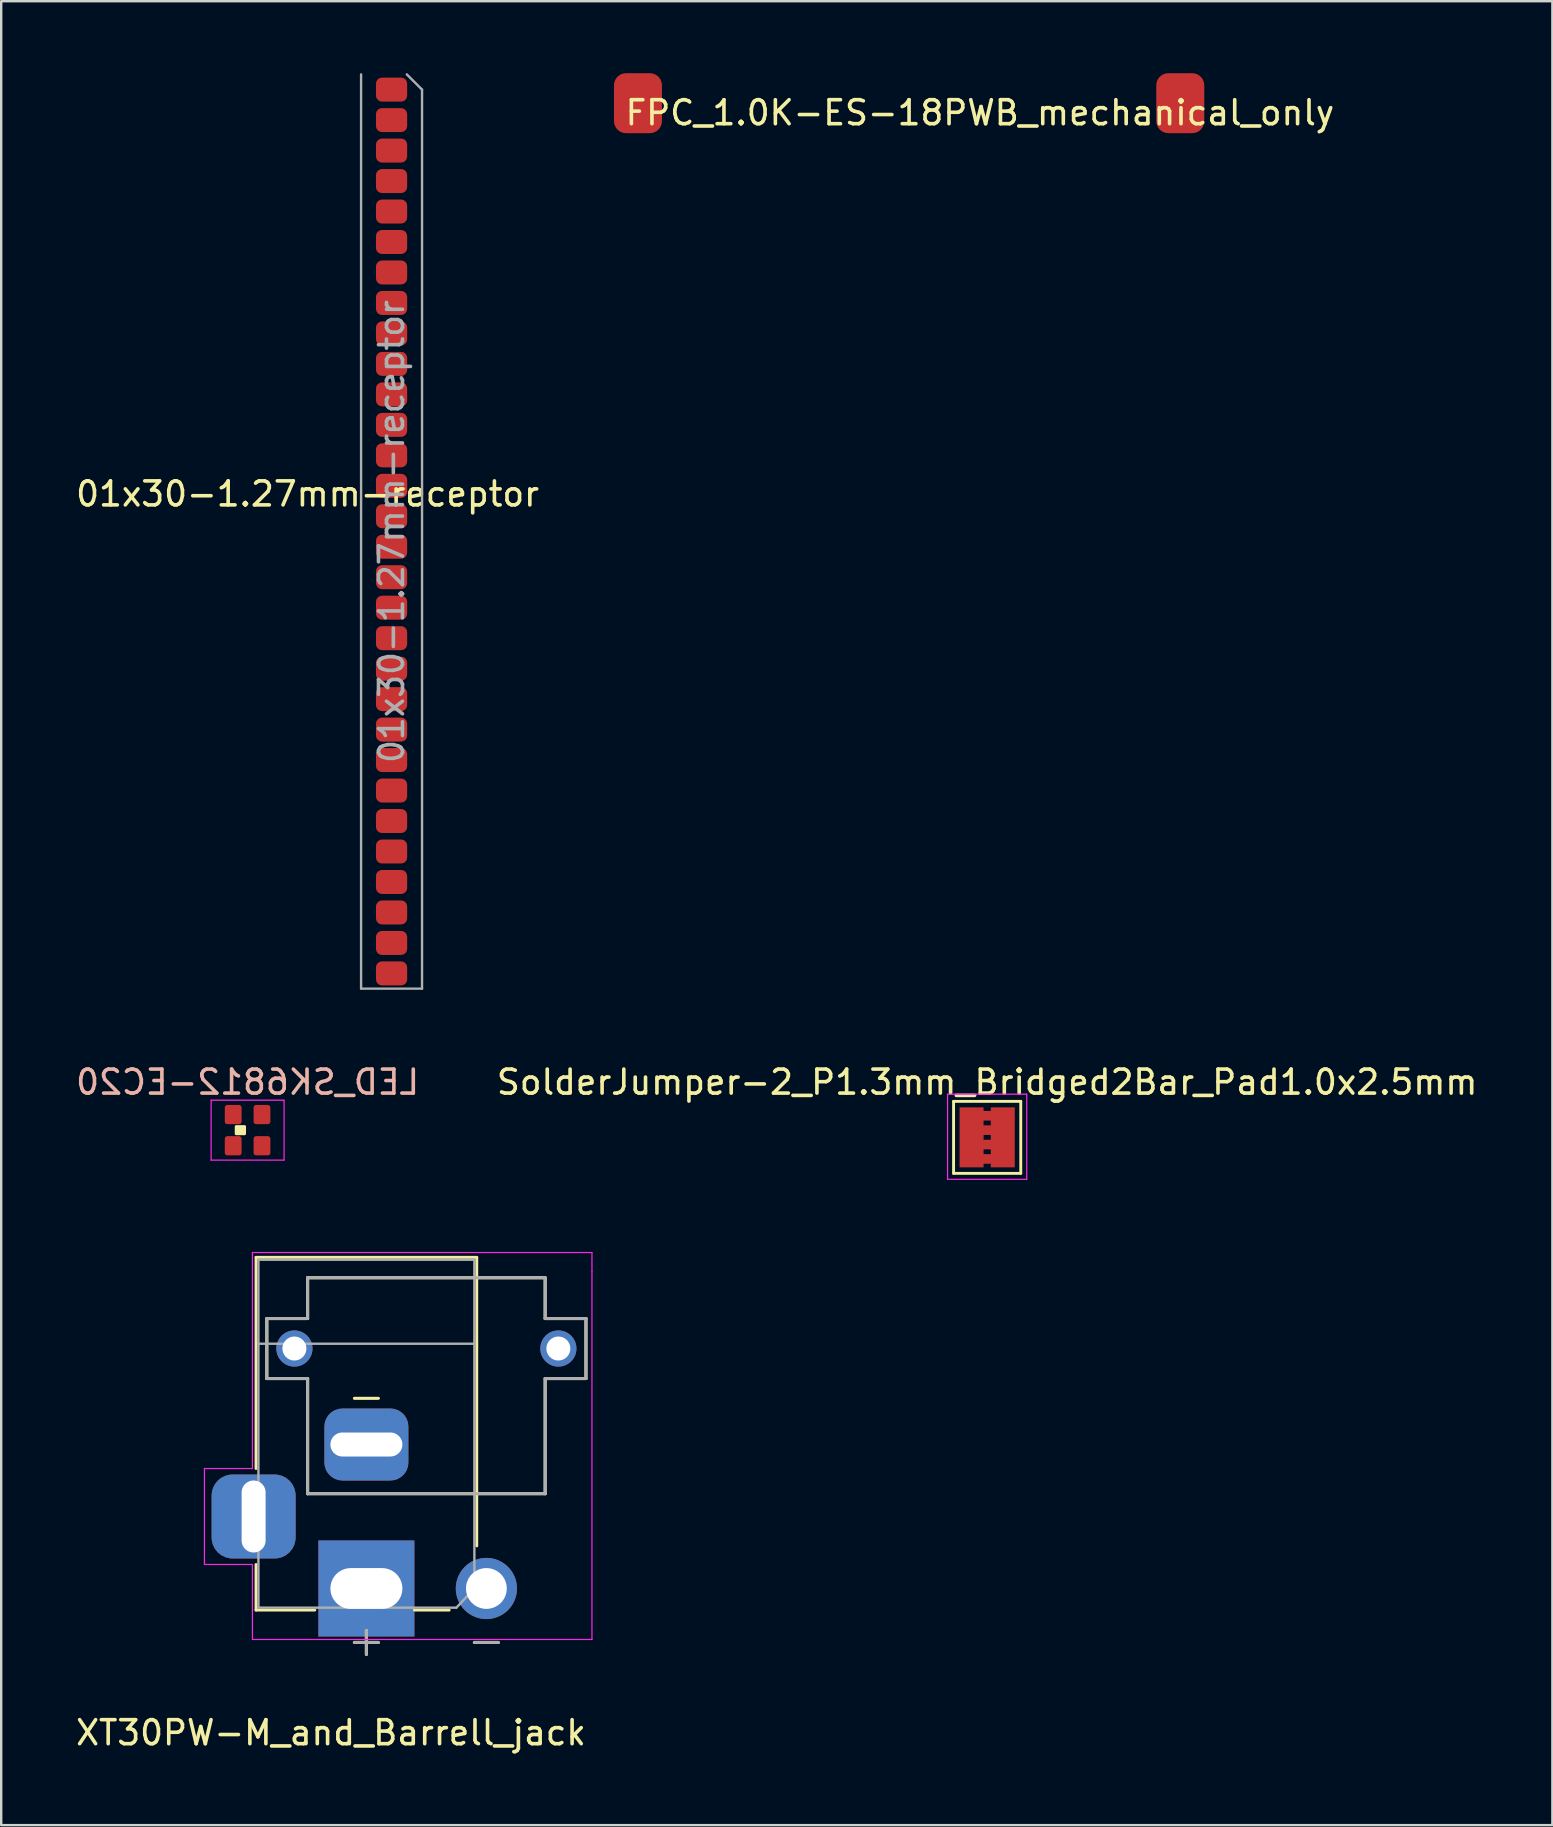
<source format=kicad_pcb>
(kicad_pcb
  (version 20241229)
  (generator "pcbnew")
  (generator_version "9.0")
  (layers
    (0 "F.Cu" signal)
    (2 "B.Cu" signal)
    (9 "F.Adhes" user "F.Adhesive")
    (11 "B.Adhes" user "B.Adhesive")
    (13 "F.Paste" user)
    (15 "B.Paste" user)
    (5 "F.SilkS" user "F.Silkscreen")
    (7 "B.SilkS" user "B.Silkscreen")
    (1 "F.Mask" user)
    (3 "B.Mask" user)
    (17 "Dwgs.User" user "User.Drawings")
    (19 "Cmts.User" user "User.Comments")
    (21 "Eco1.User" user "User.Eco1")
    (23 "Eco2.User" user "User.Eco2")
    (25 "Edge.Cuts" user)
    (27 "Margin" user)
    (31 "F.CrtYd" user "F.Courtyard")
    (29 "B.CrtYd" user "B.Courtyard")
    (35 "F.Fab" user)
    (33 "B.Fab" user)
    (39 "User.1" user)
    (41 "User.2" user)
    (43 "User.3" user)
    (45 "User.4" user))
  (footprint "XT30PW-M_and_Barrell_jack"
    (layer "F.Cu")
    (at 13.919 54.873)
    (property "Reference" "XT30PW-M_and_Barrell_jack" (at -3.175 14.287 0) (layer "F.SilkS") (effects (font (size 1 1) (thickness 0.15))))
    (attr through_hole)
    (fp_line (start -6.3 -5.525) (end 2.9 -5.525) (stroke (width 0.12) (type solid)) (layer "F.SilkS"))
    (fp_line (start -6.3 3.275) (end -6.3 -5.525) (stroke (width 0.12) (type solid)) (layer "F.SilkS"))
    (fp_line (start -6.3 9.175) (end -6.3 7.275) (stroke (width 0.12) (type solid)) (layer "F.SilkS"))
    (fp_line (start -5.85 -2.975) (end -4.15 -2.975) (stroke (width 0.127) (type solid)) (layer "F.SilkS"))
    (fp_line (start -5.85 -0.475) (end -5.85 -2.975) (stroke (width 0.127) (type solid)) (layer "F.SilkS"))
    (fp_line (start -4.15 -4.675) (end 5.75 -4.675) (stroke (width 0.127) (type solid)) (layer "F.SilkS"))
    (fp_line (start -4.15 -2.975) (end -4.15 -4.675) (stroke (width 0.127) (type solid)) (layer "F.SilkS"))
    (fp_line (start -4.15 -0.475) (end -5.85 -0.475) (stroke (width 0.127) (type solid)) (layer "F.SilkS"))
    (fp_line (start -4.15 4.325) (end -4.15 -0.475) (stroke (width 0.127) (type solid)) (layer "F.SilkS"))
    (fp_line (start -3.85 9.175) (end -6.3 9.175) (stroke (width 0.12) (type solid)) (layer "F.SilkS"))
    (fp_line (start -2.2 0.35) (end -1.2 0.35) (stroke (width 0.127) (type solid)) (layer "F.SilkS"))
    (fp_line (start -2.2 10.525) (end -1.2 10.525) (stroke (width 0.127) (type solid)) (layer "F.SilkS"))
    (fp_line (start -1.7 11.025) (end -1.7 10.025) (stroke (width 0.127) (type solid)) (layer "F.SilkS"))
    (fp_line (start 1.75 9.175) (end 0.3 9.175) (stroke (width 0.12) (type solid)) (layer "F.SilkS"))
    (fp_line (start 2.8 10.525) (end 3.8 10.525) (stroke (width 0.127) (type solid)) (layer "F.SilkS"))
    (fp_line (start 2.9 -5.525) (end 2.9 6.5) (stroke (width 0.12) (type solid)) (layer "F.SilkS"))
    (fp_line (start 5.75 -4.675) (end 5.75 -2.975) (stroke (width 0.127) (type solid)) (layer "F.SilkS"))
    (fp_line (start 5.75 -2.975) (end 7.45 -2.975) (stroke (width 0.127) (type solid)) (layer "F.SilkS"))
    (fp_line (start 5.75 -0.475) (end 5.75 4.325) (stroke (width 0.127) (type solid)) (layer "F.SilkS"))
    (fp_line (start 5.75 4.325) (end -4.15 4.325) (stroke (width 0.127) (type solid)) (layer "F.SilkS"))
    (fp_line (start 7.45 -2.975) (end 7.45 -0.475) (stroke (width 0.127) (type solid)) (layer "F.SilkS"))
    (fp_line (start 7.45 -0.475) (end 5.75 -0.475) (stroke (width 0.127) (type solid)) (layer "F.SilkS"))
    (fp_line (start -8.45 3.275) (end -6.45 3.275) (stroke (width 0.05) (type solid)) (layer "F.CrtYd"))
    (fp_line (start -8.45 7.275) (end -8.45 3.275) (stroke (width 0.05) (type solid)) (layer "F.CrtYd"))
    (fp_line (start -6.45 -5.725) (end 7.7 -5.725) (stroke (width 0.05) (type solid)) (layer "F.CrtYd"))
    (fp_line (start -6.45 3.275) (end -6.45 -5.725) (stroke (width 0.05) (type solid)) (layer "F.CrtYd"))
    (fp_line (start -6.45 7.275) (end -8.45 7.275) (stroke (width 0.05) (type solid)) (layer "F.CrtYd"))
    (fp_line (start -6.45 10.4) (end -6.45 7.275) (stroke (width 0.05) (type solid)) (layer "F.CrtYd"))
    (fp_line (start -6.45 10.4) (end 7.7 10.4) (stroke (width 0.05) (type solid)) (layer "F.CrtYd"))
    (fp_line (start 7.7 -4.925) (end 7.7 -5.725) (stroke (width 0.05) (type solid)) (layer "F.CrtYd"))
    (fp_line (start 7.7 10.4) (end 7.7 -4.925) (stroke (width 0.05) (type solid)) (layer "F.CrtYd"))
    (fp_line (start -6.2 -5.425) (end -6.2 9.075) (stroke (width 0.1) (type solid)) (layer "F.Fab"))
    (fp_line (start -6.2 9.075) (end 2.05 9.075) (stroke (width 0.1) (type solid)) (layer "F.Fab"))
    (fp_line (start -5.85 -2.975) (end -4.15 -2.975) (stroke (width 0.127) (type solid)) (layer "F.Fab"))
    (fp_line (start -5.85 -0.475) (end -5.85 -2.975) (stroke (width 0.127) (type solid)) (layer "F.Fab"))
    (fp_line (start -4.15 -4.675) (end 5.75 -4.675) (stroke (width 0.127) (type solid)) (layer "F.Fab"))
    (fp_line (start -4.15 -2.975) (end -4.15 -4.675) (stroke (width 0.127) (type solid)) (layer "F.Fab"))
    (fp_line (start -4.15 -0.475) (end -5.85 -0.475) (stroke (width 0.127) (type solid)) (layer "F.Fab"))
    (fp_line (start -4.15 4.325) (end -4.15 -0.475) (stroke (width 0.127) (type solid)) (layer "F.Fab"))
    (fp_line (start -2.2 10.525) (end -1.2 10.525) (stroke (width 0.127) (type solid)) (layer "F.Fab"))
    (fp_line (start -1.7 11.025) (end -1.7 10.025) (stroke (width 0.127) (type solid)) (layer "F.Fab"))
    (fp_line (start 2.8 -5.425) (end -6.2 -5.425) (stroke (width 0.1) (type solid)) (layer "F.Fab"))
    (fp_line (start 2.8 -1.925) (end -6.2 -1.925) (stroke (width 0.1) (type solid)) (layer "F.Fab"))
    (fp_line (start 2.8 8.275) (end 2.8 -5.425) (stroke (width 0.1) (type solid)) (layer "F.Fab"))
    (fp_line (start 2.8 10.525) (end 3.8 10.525) (stroke (width 0.127) (type solid)) (layer "F.Fab"))
    (fp_line (start 2.805 8.272) (end 2.05 9.075) (stroke (width 0.1) (type solid)) (layer "F.Fab"))
    (fp_line (start 5.75 -4.675) (end 5.75 -2.975) (stroke (width 0.127) (type solid)) (layer "F.Fab"))
    (fp_line (start 5.75 -2.975) (end 7.45 -2.975) (stroke (width 0.127) (type solid)) (layer "F.Fab"))
    (fp_line (start 5.75 -0.475) (end 5.75 4.325) (stroke (width 0.127) (type solid)) (layer "F.Fab"))
    (fp_line (start 5.75 4.325) (end -4.15 4.325) (stroke (width 0.127) (type solid)) (layer "F.Fab"))
    (fp_line (start 7.45 -2.975) (end 7.45 -0.475) (stroke (width 0.127) (type solid)) (layer "F.Fab"))
    (fp_line (start 7.45 -0.475) (end 5.75 -0.475) (stroke (width 0.127) (type solid)) (layer "F.Fab"))
    (pad "" thru_hole circle (at -4.7 -1.725) (size 1.508 1.508) (drill 1) (layers "*.Cu" "*.Mask"))
    (pad "" thru_hole circle (at 6.3 -1.725) (size 1.508 1.508) (drill 1) (layers "*.Cu" "*.Mask"))
    (pad "1" thru_hole custom (at -1.7 8.275 270) (size 4 4) (drill oval 1.7 3) (layers "*.Cu" "*.Mask") (options (anchor rect)) (primitives))
    (pad "2" thru_hole roundrect (at -1.7 2.275 270) (size 3 3.5) (drill oval 1 3) (layers "*.Cu" "*.Mask") (roundrect_rratio 0.25))
    (pad "2" thru_hole circle (at 3.3 8.275) (size 2.55 2.55) (drill 1.7) (layers "*.Cu" "*.Mask"))
    (pad "3" thru_hole roundrect (at -6.4 5.275 270) (size 3.5 3.5) (drill oval 3 1) (layers "*.Cu" "*.Mask") (roundrect_rratio 0.25)))
  (footprint "01x30-1.27mm-receptor"
    (layer "F.Cu")
    (at 15.468 17.535)
    (property "Reference" "01x30-1.27mm-receptor" (at -5.7 0 0) (unlocked yes) (layer "F.SilkS") (effects (font (size 1 1) (thickness 0.15))))
    (attr smd)
    (fp_line (start -3.47 20.615) (end -3.47 -17.485) (stroke (width 0.1) (type solid)) (layer "F.Fab"))
    (fp_line (start -1.565 -17.485) (end -0.93 -16.85) (stroke (width 0.1) (type solid)) (layer "F.Fab"))
    (fp_line (start -0.93 -16.85) (end -0.93 20.615) (stroke (width 0.1) (type solid)) (layer "F.Fab"))
    (fp_line (start -0.93 20.615) (end -3.47 20.615) (stroke (width 0.1) (type solid)) (layer "F.Fab"))
    (fp_text user "${REFERENCE}" (at -2.2 1.565 90) (layer "F.Fab") (effects (font (size 1 1) (thickness 0.15))))
    (pad "1" smd roundrect (at -2.2 -16.85) (size 1.3 1) (layers "F.Cu" "F.Mask" "F.Paste") (roundrect_rratio 0.25))
    (pad "2" smd roundrect (at -2.2 -15.58) (size 1.3 1) (layers "F.Cu" "F.Mask" "F.Paste") (roundrect_rratio 0.25))
    (pad "3" smd roundrect (at -2.2 -14.31) (size 1.3 1) (layers "F.Cu" "F.Mask" "F.Paste") (roundrect_rratio 0.25))
    (pad "4" smd roundrect (at -2.2 -13.04) (size 1.3 1) (layers "F.Cu" "F.Mask" "F.Paste") (roundrect_rratio 0.25))
    (pad "5" smd roundrect (at -2.2 -11.77) (size 1.3 1) (layers "F.Cu" "F.Mask" "F.Paste") (roundrect_rratio 0.25))
    (pad "6" smd roundrect (at -2.2 -10.5) (size 1.3 1) (layers "F.Cu" "F.Mask" "F.Paste") (roundrect_rratio 0.25))
    (pad "7" smd roundrect (at -2.2 -9.23) (size 1.3 1) (layers "F.Cu" "F.Mask" "F.Paste") (roundrect_rratio 0.25))
    (pad "8" smd roundrect (at -2.2 -7.96) (size 1.3 1) (layers "F.Cu" "F.Mask" "F.Paste") (roundrect_rratio 0.25))
    (pad "9" smd roundrect (at -2.2 -6.69) (size 1.3 1) (layers "F.Cu" "F.Mask" "F.Paste") (roundrect_rratio 0.25))
    (pad "10" smd roundrect (at -2.2 -5.42) (size 1.3 1) (layers "F.Cu" "F.Mask" "F.Paste") (roundrect_rratio 0.25))
    (pad "11" smd roundrect (at -2.2 -4.15) (size 1.3 1) (layers "F.Cu" "F.Mask" "F.Paste") (roundrect_rratio 0.25))
    (pad "12" smd roundrect (at -2.2 -2.88) (size 1.3 1) (layers "F.Cu" "F.Mask" "F.Paste") (roundrect_rratio 0.25))
    (pad "13" smd roundrect (at -2.2 -1.61) (size 1.3 1) (layers "F.Cu" "F.Mask" "F.Paste") (roundrect_rratio 0.25))
    (pad "14" smd roundrect (at -2.2 -0.34) (size 1.3 1) (layers "F.Cu" "F.Mask" "F.Paste") (roundrect_rratio 0.25))
    (pad "15" smd roundrect (at -2.2 0.93) (size 1.3 1) (layers "F.Cu" "F.Mask" "F.Paste") (roundrect_rratio 0.25))
    (pad "16" smd roundrect (at -2.2 2.2) (size 1.3 1) (layers "F.Cu" "F.Mask" "F.Paste") (roundrect_rratio 0.25))
    (pad "17" smd roundrect (at -2.2 3.47) (size 1.3 1) (layers "F.Cu" "F.Mask" "F.Paste") (roundrect_rratio 0.25))
    (pad "18" smd roundrect (at -2.2 4.74) (size 1.3 1) (layers "F.Cu" "F.Mask" "F.Paste") (roundrect_rratio 0.25))
    (pad "19" smd roundrect (at -2.2 6.01) (size 1.3 1) (layers "F.Cu" "F.Mask" "F.Paste") (roundrect_rratio 0.25))
    (pad "20" smd roundrect (at -2.2 7.28) (size 1.3 1) (layers "F.Cu" "F.Mask" "F.Paste") (roundrect_rratio 0.25))
    (pad "21" smd roundrect (at -2.2 8.55) (size 1.3 1) (layers "F.Cu" "F.Mask" "F.Paste") (roundrect_rratio 0.25))
    (pad "22" smd roundrect (at -2.2 9.82) (size 1.3 1) (layers "F.Cu" "F.Mask" "F.Paste") (roundrect_rratio 0.25))
    (pad "23" smd roundrect (at -2.2 11.09) (size 1.3 1) (layers "F.Cu" "F.Mask" "F.Paste") (roundrect_rratio 0.25))
    (pad "24" smd roundrect (at -2.2 12.36) (size 1.3 1) (layers "F.Cu" "F.Mask" "F.Paste") (roundrect_rratio 0.25))
    (pad "25" smd roundrect (at -2.2 13.63) (size 1.3 1) (layers "F.Cu" "F.Mask" "F.Paste") (roundrect_rratio 0.25))
    (pad "26" smd roundrect (at -2.2 14.9) (size 1.3 1) (layers "F.Cu" "F.Mask" "F.Paste") (roundrect_rratio 0.25))
    (pad "27" smd roundrect (at -2.2 16.17) (size 1.3 1) (layers "F.Cu" "F.Mask" "F.Paste") (roundrect_rratio 0.25))
    (pad "28" smd roundrect (at -2.2 17.44) (size 1.3 1) (layers "F.Cu" "F.Mask" "F.Paste") (roundrect_rratio 0.25))
    (pad "29" smd roundrect (at -2.2 18.71) (size 1.3 1) (layers "F.Cu" "F.Mask" "F.Paste") (roundrect_rratio 0.25))
    (pad "30" smd roundrect (at -2.2 19.98) (size 1.3 1) (layers "F.Cu" "F.Mask" "F.Paste") (roundrect_rratio 0.25)))
  (footprint "LED_SK6812-EC20"
    (layer "F.Cu")
    (at 7.268 44.048)
    (property "Reference" "LED_SK6812-EC20" (at 0 -2 0) (layer "B.SilkS") (effects (font (size 1 1) (thickness 0.15)) (justify mirror)))
    (attr smd)
    (fp_rect (start -0.475 -0.15) (end -0.125 0.15) (stroke (width 0.12) (type solid)) (fill yes) (layer "F.SilkS"))
    (fp_line (start -1.52 -1.25) (end -1.52 1.25) (stroke (width 0.05) (type solid)) (layer "F.CrtYd"))
    (fp_line (start -1.52 1.25) (end 1.52 1.25) (stroke (width 0.05) (type solid)) (layer "F.CrtYd"))
    (fp_line (start 1.52 -1.25) (end -1.52 -1.25) (stroke (width 0.05) (type solid)) (layer "F.CrtYd"))
    (fp_line (start 1.52 1.25) (end 1.52 -1.25) (stroke (width 0.05) (type solid)) (layer "F.CrtYd"))
    (pad "1" smd roundrect (at 0.6 0.65) (size 0.7 0.8) (layers "F.Cu" "F.Mask" "F.Paste") (roundrect_rratio 0.15))
    (pad "2" smd roundrect (at 0.6 -0.65) (size 0.7 0.8) (layers "F.Cu" "F.Mask" "F.Paste") (roundrect_rratio 0.15))
    (pad "3" smd roundrect (at -0.6 -0.65) (size 0.7 0.8) (layers "F.Cu" "F.Mask" "F.Paste") (roundrect_rratio 0.15))
    (pad "4" smd roundrect (at -0.6 0.65) (size 0.7 0.8) (layers "F.Cu" "F.Mask" "F.Paste") (roundrect_rratio 0.15)))
  (footprint "FPC_1.0K-ES-18PWB_mechanical_only"
    (layer "F.Cu")
    (at 37.786 2.15)
    (property "Reference" "FPC_1.0K-ES-18PWB_mechanical_only" (at 0 -0.5 0) (unlocked yes) (layer "F.SilkS") (effects (font (size 1 1) (thickness 0.15))))
    (attr smd)
    (pad "" smd roundrect (at -14.25 -0.9) (size 2 2.5) (layers "F.Cu" "F.Mask" "F.Paste") (roundrect_rratio 0.25))
    (pad "" smd roundrect (at 8.35 -0.9) (size 2 2.5) (layers "F.Cu" "F.Mask" "F.Paste") (roundrect_rratio 0.25)))
  (footprint "SolderJumper-2_P1.3mm_Bridged2Bar_Pad1.0x2.5mm"
    (layer "F.Cu")
    (at 38.089 44.348)
    (property "Reference" "SolderJumper-2_P1.3mm_Bridged2Bar_Pad1.0x2.5mm" (at 0 -2.3 0) (layer "F.SilkS") (effects (font (size 1 1) (thickness 0.15))))
    (attr exclude_from_pos_files exclude_from_bom)
    (fp_poly (pts (xy -0.25 -1.1) (xy 0.25 -1.1) (xy 0.25 -0.7) (xy -0.25 -0.7)) (stroke (width 0) (type solid)) (fill yes) (layer "F.Cu"))
    (fp_poly (pts (xy -0.25 -0.5) (xy 0.25 -0.5) (xy 0.25 -0.1) (xy -0.25 -0.1)) (stroke (width 0) (type solid)) (fill yes) (layer "F.Cu"))
    (fp_poly (pts (xy -0.25 0.1) (xy 0.25 0.1) (xy 0.25 0.5) (xy -0.25 0.5)) (stroke (width 0) (type solid)) (fill yes) (layer "F.Cu"))
    (fp_poly (pts (xy -0.2 0.7) (xy 0.3 0.7) (xy 0.3 1.1) (xy -0.2 1.1)) (stroke (width 0) (type solid)) (fill yes) (layer "F.Cu"))
    (fp_line (start -1.4 -1.5) (end 1.4 -1.5) (stroke (width 0.12) (type solid)) (layer "F.SilkS"))
    (fp_line (start -1.4 1.5) (end -1.4 -1.5) (stroke (width 0.12) (type solid)) (layer "F.SilkS"))
    (fp_line (start 1.4 -1.5) (end 1.4 1.5) (stroke (width 0.12) (type solid)) (layer "F.SilkS"))
    (fp_line (start 1.4 1.5) (end -1.4 1.5) (stroke (width 0.12) (type solid)) (layer "F.SilkS"))
    (fp_line (start -1.65 -1.8) (end -1.65 1.75) (stroke (width 0.05) (type solid)) (layer "F.CrtYd"))
    (fp_line (start -1.65 -1.8) (end 1.65 -1.8) (stroke (width 0.05) (type solid)) (layer "F.CrtYd"))
    (fp_line (start 1.65 1.75) (end -1.65 1.75) (stroke (width 0.05) (type solid)) (layer "F.CrtYd"))
    (fp_line (start 1.65 1.75) (end 1.65 -1.8) (stroke (width 0.05) (type solid)) (layer "F.CrtYd"))
    (pad "1" smd rect (at -0.65 0) (size 1 2.5) (layers "F.Cu" "F.Mask"))
    (pad "2" smd rect (at 0.65 0) (size 1 2.5) (layers "F.Cu" "F.Mask")))
  (gr_rect
    (start -3 -3)
    (end 61.643 73.009)
    (stroke (width 0.1) (type default))
    (fill no)
    (layer "Edge.Cuts")))
</source>
